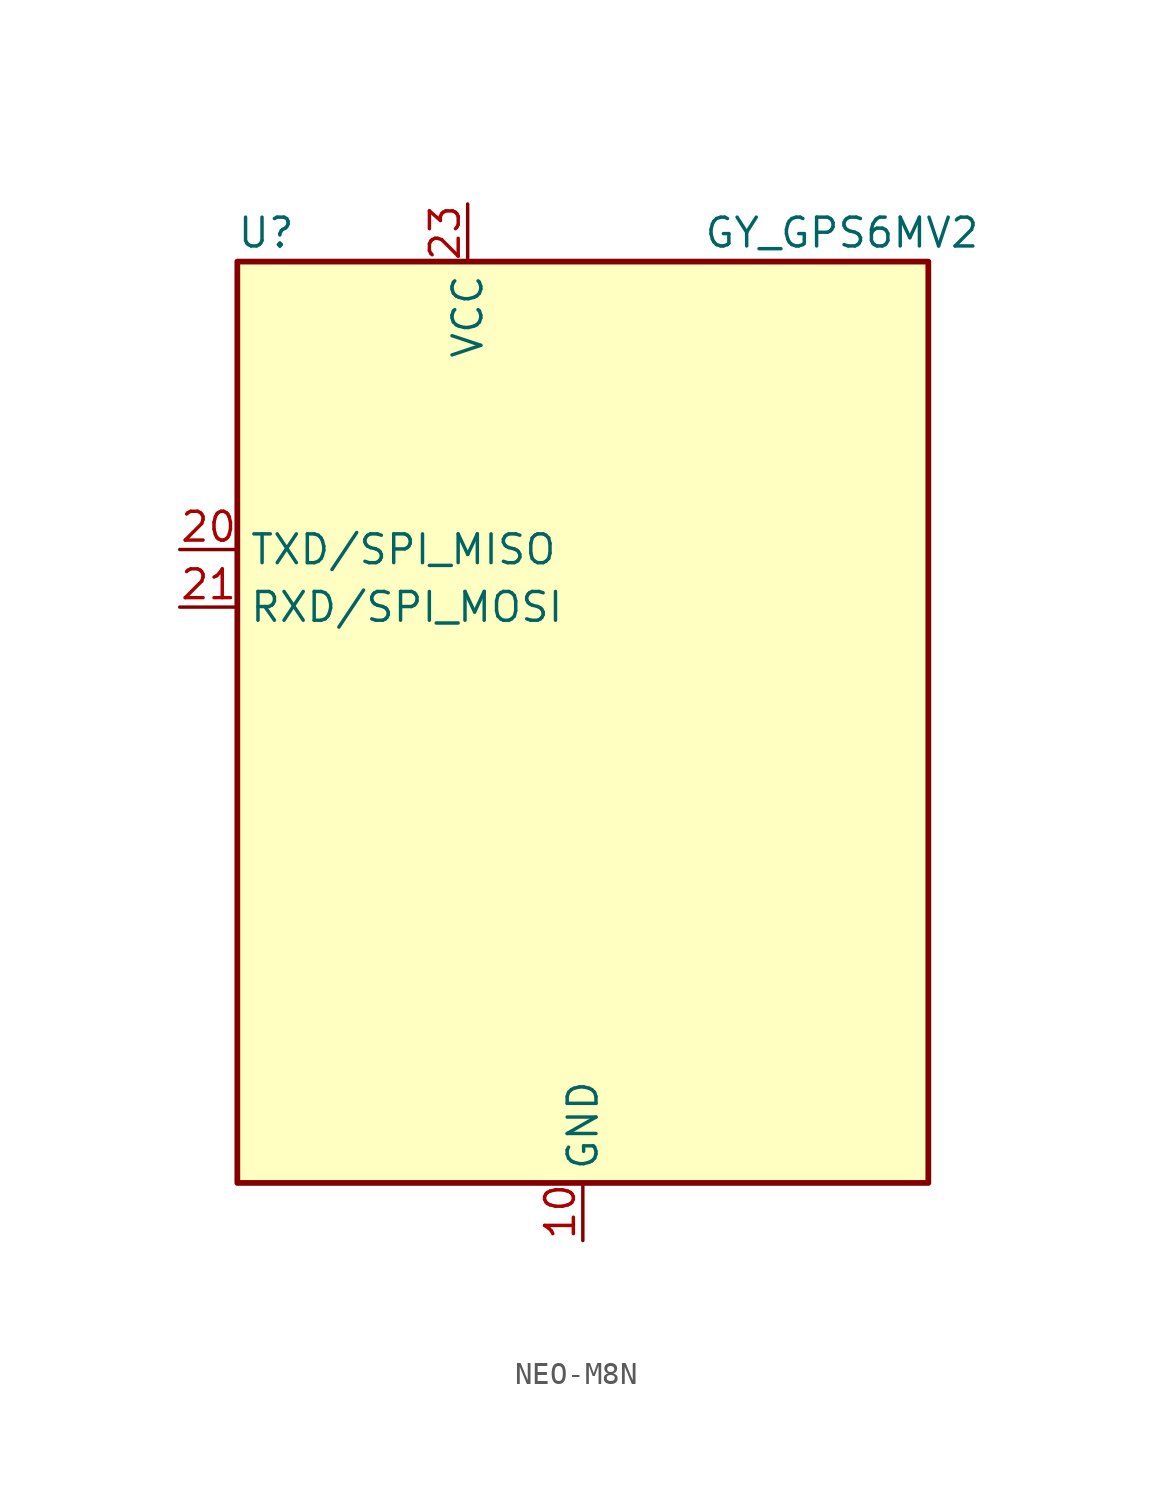
<source format=kicad_sym>
(kicad_symbol_lib
  (version 20220914)
  (generator kicad_symbol_editor)
  (symbol "NEO-M8N"
    (property "Reference" "U"
      (at -13.97 21.59 0)
      (effects (font (size 1.27 1.27))))
    (property "Value" "GY_GPS6MV2"
      (at 11.43 21.59 0)
      (effects (font (size 1.27 1.27))))
    (symbol "NEO-M8N_0_1"
      (rectangle (start -15.24 20.32) (end 15.24 -20.32) (stroke (width 0.254) (type default)) (fill (type background))))
    (symbol "NEO-M8N_1_1"
      (pin power_in line (at 0 -22.86 90) (length 2.54) (name "GND" (effects (font (size 1.27 1.27)))) (number "10" (effects (font (size 1.27 1.27)))))
      (pin passive line (at 0 -22.86 90) (length 2.54) hide (name "GND" (effects (font (size 1.27 1.27)))) (number "12" (effects (font (size 1.27 1.27)))))
      (pin passive line (at 0 -22.86 90) (length 2.54) hide (name "GND" (effects (font (size 1.27 1.27)))) (number "13" (effects (font (size 1.27 1.27)))))
      (pin no_connect line (at 15.24 -10.16 180) (length 2.54) hide (name "RESERVED" (effects (font (size 1.27 1.27)))) (number "15" (effects (font (size 1.27 1.27)))))
      (pin no_connect line (at 15.24 -12.7 180) (length 2.54) hide (name "RESERVED" (effects (font (size 1.27 1.27)))) (number "16" (effects (font (size 1.27 1.27)))))
      (pin no_connect line (at 15.24 -15.24 180) (length 2.54) hide (name "RESERVED" (effects (font (size 1.27 1.27)))) (number "17" (effects (font (size 1.27 1.27)))))
      (pin output line (at -17.78 7.62 0) (length 2.54) (name "TXD/SPI_MISO" (effects (font (size 1.27 1.27)))) (number "20" (effects (font (size 1.27 1.27)))))
      (pin input line (at -17.78 5.08 0) (length 2.54) (name "RXD/SPI_MOSI" (effects (font (size 1.27 1.27)))) (number "21" (effects (font (size 1.27 1.27)))))
      (pin power_in line (at -5.08 22.86 270) (length 2.54) (name "VCC" (effects (font (size 1.27 1.27)))) (number "23" (effects (font (size 1.27 1.27)))))
      (pin passive line (at 0 -22.86 90) (length 2.54) hide (name "GND" (effects (font (size 1.27 1.27)))) (number "24" (effects (font (size 1.27 1.27))))))))
</source>
